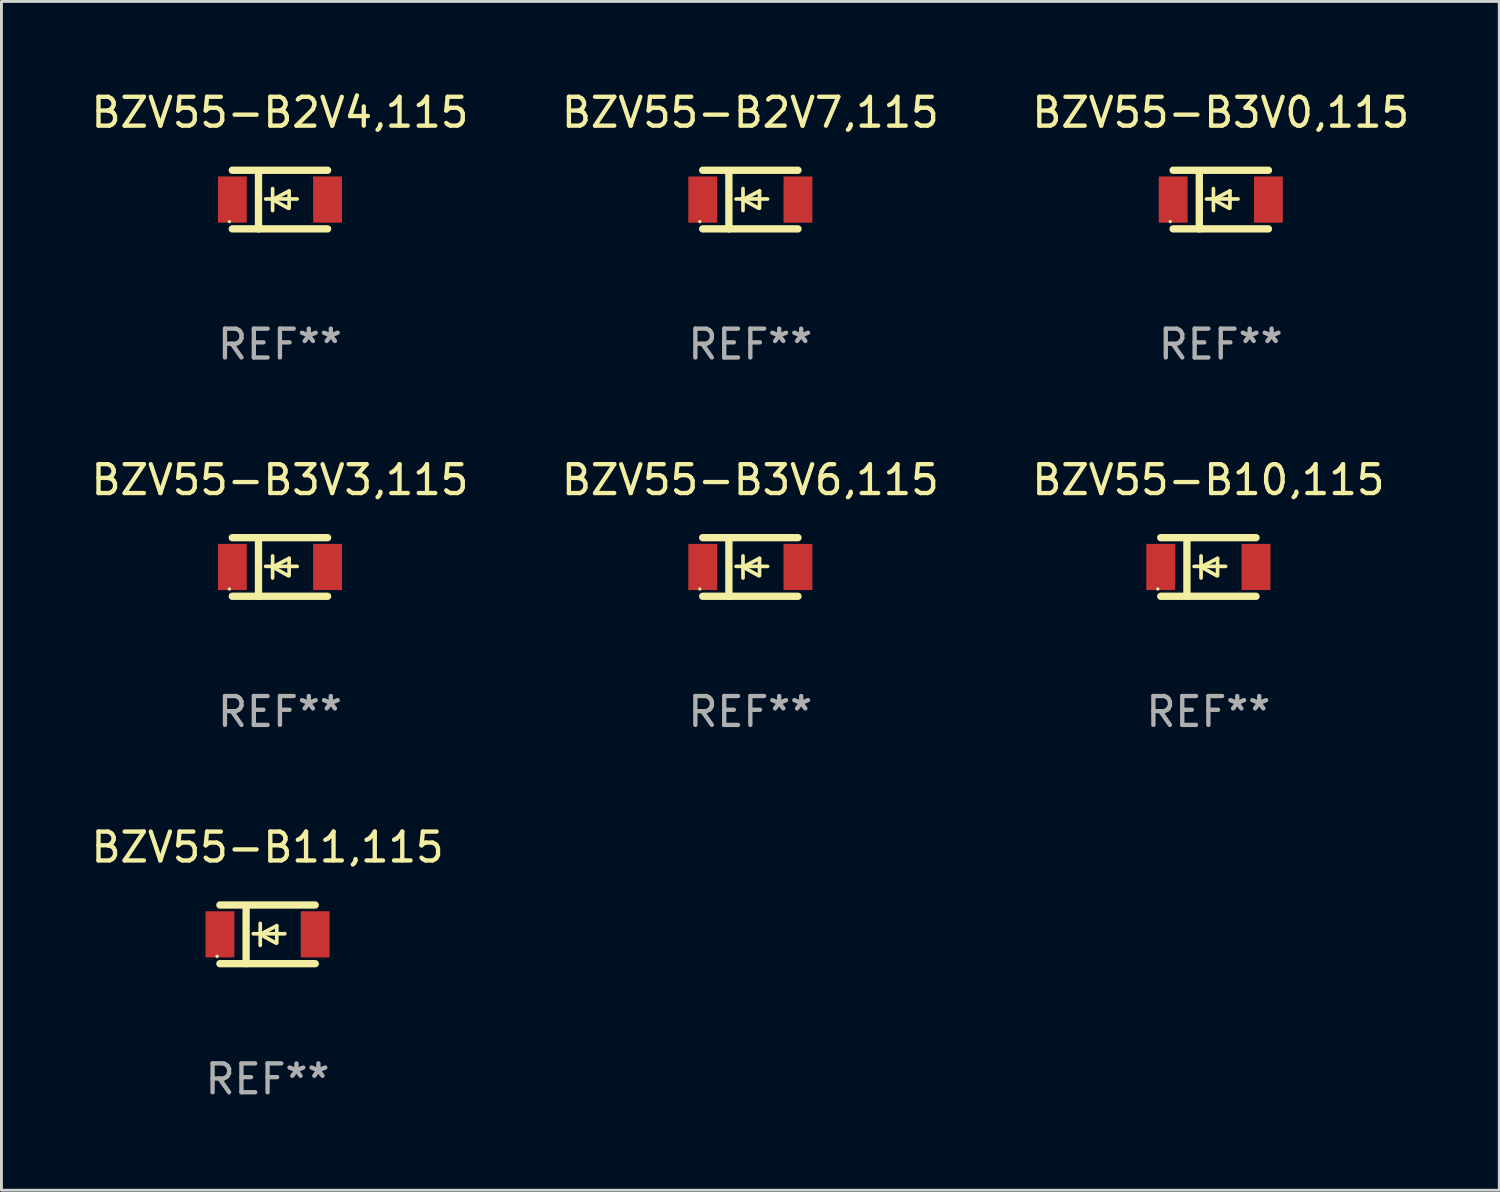
<source format=kicad_pcb>
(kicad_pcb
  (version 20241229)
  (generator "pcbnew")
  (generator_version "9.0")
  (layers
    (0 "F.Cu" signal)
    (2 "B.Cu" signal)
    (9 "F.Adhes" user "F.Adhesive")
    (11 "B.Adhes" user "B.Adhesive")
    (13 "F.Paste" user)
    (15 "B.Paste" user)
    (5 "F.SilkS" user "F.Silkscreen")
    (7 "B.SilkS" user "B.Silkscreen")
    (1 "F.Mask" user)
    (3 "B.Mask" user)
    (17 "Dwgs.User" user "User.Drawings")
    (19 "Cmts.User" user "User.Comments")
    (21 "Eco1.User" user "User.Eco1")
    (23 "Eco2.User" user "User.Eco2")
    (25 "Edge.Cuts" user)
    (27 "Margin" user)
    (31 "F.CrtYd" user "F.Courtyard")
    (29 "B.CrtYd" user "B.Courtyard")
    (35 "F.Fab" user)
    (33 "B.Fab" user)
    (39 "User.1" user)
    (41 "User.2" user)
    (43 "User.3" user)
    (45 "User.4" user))
  (footprint "BZV55-B11,115"
    (layer "F.Cu")
    (at 6.22 29.321)
    (property "Reference" "BZV55-B11,115" (at 0 -3.016 0) (layer "F.SilkS") (effects (font (size 1 1) (thickness 0.15))))
    (attr through_hole)
    (fp_line (start -1.651 -1.016) (end 1.651 -1.016) (stroke (width 0.254) (type solid)) (layer "F.SilkS"))
    (fp_line (start -1.651 1.016) (end 1.651 1.016) (stroke (width 0.254) (type solid)) (layer "F.SilkS"))
    (fp_line (start -0.743 -1) (end -0.743 1.016) (stroke (width 0.254) (type solid)) (layer "F.SilkS"))
    (fp_line (start -0.495 -0.02) (end 0.597 -0.02) (stroke (width 0.127) (type solid)) (layer "F.SilkS"))
    (fp_line (start -0.254 0) (end -0.254 -0.381) (stroke (width 0.127) (type solid)) (layer "F.SilkS"))
    (fp_line (start -0.254 0) (end -0.254 0.381) (stroke (width 0.127) (type solid)) (layer "F.SilkS"))
    (fp_line (start 0.288 0.301) (end -0.254 0) (stroke (width 0.127) (type solid)) (layer "F.SilkS"))
    (fp_line (start 0.318 -0.299) (end -0.254 0) (stroke (width 0.127) (type solid)) (layer "F.SilkS"))
    (fp_line (start 0.318 -0.299) (end 0.318 0.301) (stroke (width 0.127) (type solid)) (layer "F.SilkS"))
    (fp_circle (center -1.75 0.763) (end -1.72 0.763) (stroke (width 0.06) (type solid)) (fill no) (layer "F.SilkS"))
    (fp_text user "REF**" (at 0 5.016 0) (layer "F.Fab") (effects (font (size 1 1) (thickness 0.15))))
    (pad "1" smd rect (at -1.65 0 90) (size 1.6 1) (layers "F.Cu" "F.Mask" "F.Paste"))
    (pad "2" smd rect (at 1.65 0 90) (size 1.6 1) (layers "F.Cu" "F.Mask" "F.Paste")))
  (footprint "BZV55-B3V3,115"
    (layer "F.Cu")
    (at 6.649 16.593)
    (property "Reference" "BZV55-B3V3,115" (at 0 -3.016 0) (layer "F.SilkS") (effects (font (size 1 1) (thickness 0.15))))
    (attr through_hole)
    (fp_line (start -1.651 -1.016) (end 1.651 -1.016) (stroke (width 0.254) (type solid)) (layer "F.SilkS"))
    (fp_line (start -1.651 1.016) (end 1.651 1.016) (stroke (width 0.254) (type solid)) (layer "F.SilkS"))
    (fp_line (start -0.743 -1) (end -0.743 1.016) (stroke (width 0.254) (type solid)) (layer "F.SilkS"))
    (fp_line (start -0.495 -0.02) (end 0.597 -0.02) (stroke (width 0.127) (type solid)) (layer "F.SilkS"))
    (fp_line (start -0.254 0) (end -0.254 -0.381) (stroke (width 0.127) (type solid)) (layer "F.SilkS"))
    (fp_line (start -0.254 0) (end -0.254 0.381) (stroke (width 0.127) (type solid)) (layer "F.SilkS"))
    (fp_line (start 0.288 0.301) (end -0.254 0) (stroke (width 0.127) (type solid)) (layer "F.SilkS"))
    (fp_line (start 0.318 -0.299) (end -0.254 0) (stroke (width 0.127) (type solid)) (layer "F.SilkS"))
    (fp_line (start 0.318 -0.299) (end 0.318 0.301) (stroke (width 0.127) (type solid)) (layer "F.SilkS"))
    (fp_circle (center -1.75 0.763) (end -1.72 0.763) (stroke (width 0.06) (type solid)) (fill no) (layer "F.SilkS"))
    (fp_text user "REF**" (at 0 5.016 0) (layer "F.Fab") (effects (font (size 1 1) (thickness 0.15))))
    (pad "1" smd rect (at -1.65 0 90) (size 1.6 1) (layers "F.Cu" "F.Mask" "F.Paste"))
    (pad "2" smd rect (at 1.65 0 90) (size 1.6 1) (layers "F.Cu" "F.Mask" "F.Paste")))
  (footprint "BZV55-B3V0,115"
    (layer "F.Cu")
    (at 39.244 3.864)
    (property "Reference" "BZV55-B3V0,115" (at 0 -3.016 0) (layer "F.SilkS") (effects (font (size 1 1) (thickness 0.15))))
    (attr through_hole)
    (fp_line (start -1.651 -1.016) (end 1.651 -1.016) (stroke (width 0.254) (type solid)) (layer "F.SilkS"))
    (fp_line (start -1.651 1.016) (end 1.651 1.016) (stroke (width 0.254) (type solid)) (layer "F.SilkS"))
    (fp_line (start -0.743 -1) (end -0.743 1.016) (stroke (width 0.254) (type solid)) (layer "F.SilkS"))
    (fp_line (start -0.495 -0.02) (end 0.597 -0.02) (stroke (width 0.127) (type solid)) (layer "F.SilkS"))
    (fp_line (start -0.254 0) (end -0.254 -0.381) (stroke (width 0.127) (type solid)) (layer "F.SilkS"))
    (fp_line (start -0.254 0) (end -0.254 0.381) (stroke (width 0.127) (type solid)) (layer "F.SilkS"))
    (fp_line (start 0.288 0.301) (end -0.254 0) (stroke (width 0.127) (type solid)) (layer "F.SilkS"))
    (fp_line (start 0.318 -0.299) (end -0.254 0) (stroke (width 0.127) (type solid)) (layer "F.SilkS"))
    (fp_line (start 0.318 -0.299) (end 0.318 0.301) (stroke (width 0.127) (type solid)) (layer "F.SilkS"))
    (fp_circle (center -1.75 0.763) (end -1.72 0.763) (stroke (width 0.06) (type solid)) (fill no) (layer "F.SilkS"))
    (fp_text user "REF**" (at 0 5.016 0) (layer "F.Fab") (effects (font (size 1 1) (thickness 0.15))))
    (pad "1" smd rect (at -1.65 0 90) (size 1.6 1) (layers "F.Cu" "F.Mask" "F.Paste"))
    (pad "2" smd rect (at 1.65 0 90) (size 1.6 1) (layers "F.Cu" "F.Mask" "F.Paste")))
  (footprint "BZV55-B10,115"
    (layer "F.Cu")
    (at 38.815 16.593)
    (property "Reference" "BZV55-B10,115" (at 0 -3.016 0) (layer "F.SilkS") (effects (font (size 1 1) (thickness 0.15))))
    (attr through_hole)
    (fp_line (start -1.651 -1.016) (end 1.651 -1.016) (stroke (width 0.254) (type solid)) (layer "F.SilkS"))
    (fp_line (start -1.651 1.016) (end 1.651 1.016) (stroke (width 0.254) (type solid)) (layer "F.SilkS"))
    (fp_line (start -0.743 -1) (end -0.743 1.016) (stroke (width 0.254) (type solid)) (layer "F.SilkS"))
    (fp_line (start -0.495 -0.02) (end 0.597 -0.02) (stroke (width 0.127) (type solid)) (layer "F.SilkS"))
    (fp_line (start -0.254 0) (end -0.254 -0.381) (stroke (width 0.127) (type solid)) (layer "F.SilkS"))
    (fp_line (start -0.254 0) (end -0.254 0.381) (stroke (width 0.127) (type solid)) (layer "F.SilkS"))
    (fp_line (start 0.288 0.301) (end -0.254 0) (stroke (width 0.127) (type solid)) (layer "F.SilkS"))
    (fp_line (start 0.318 -0.299) (end -0.254 0) (stroke (width 0.127) (type solid)) (layer "F.SilkS"))
    (fp_line (start 0.318 -0.299) (end 0.318 0.301) (stroke (width 0.127) (type solid)) (layer "F.SilkS"))
    (fp_circle (center -1.75 0.763) (end -1.72 0.763) (stroke (width 0.06) (type solid)) (fill no) (layer "F.SilkS"))
    (fp_text user "REF**" (at 0 5.016 0) (layer "F.Fab") (effects (font (size 1 1) (thickness 0.15))))
    (pad "1" smd rect (at -1.65 0 90) (size 1.6 1) (layers "F.Cu" "F.Mask" "F.Paste"))
    (pad "2" smd rect (at 1.65 0 90) (size 1.6 1) (layers "F.Cu" "F.Mask" "F.Paste")))
  (footprint "BZV55-B2V7,115"
    (layer "F.Cu")
    (at 22.946 3.864)
    (property "Reference" "BZV55-B2V7,115" (at 0 -3.016 0) (layer "F.SilkS") (effects (font (size 1 1) (thickness 0.15))))
    (attr through_hole)
    (fp_line (start -1.651 -1.016) (end 1.651 -1.016) (stroke (width 0.254) (type solid)) (layer "F.SilkS"))
    (fp_line (start -1.651 1.016) (end 1.651 1.016) (stroke (width 0.254) (type solid)) (layer "F.SilkS"))
    (fp_line (start -0.743 -1) (end -0.743 1.016) (stroke (width 0.254) (type solid)) (layer "F.SilkS"))
    (fp_line (start -0.495 -0.02) (end 0.597 -0.02) (stroke (width 0.127) (type solid)) (layer "F.SilkS"))
    (fp_line (start -0.254 0) (end -0.254 -0.381) (stroke (width 0.127) (type solid)) (layer "F.SilkS"))
    (fp_line (start -0.254 0) (end -0.254 0.381) (stroke (width 0.127) (type solid)) (layer "F.SilkS"))
    (fp_line (start 0.288 0.301) (end -0.254 0) (stroke (width 0.127) (type solid)) (layer "F.SilkS"))
    (fp_line (start 0.318 -0.299) (end -0.254 0) (stroke (width 0.127) (type solid)) (layer "F.SilkS"))
    (fp_line (start 0.318 -0.299) (end 0.318 0.301) (stroke (width 0.127) (type solid)) (layer "F.SilkS"))
    (fp_circle (center -1.75 0.763) (end -1.72 0.763) (stroke (width 0.06) (type solid)) (fill no) (layer "F.SilkS"))
    (fp_text user "REF**" (at 0 5.016 0) (layer "F.Fab") (effects (font (size 1 1) (thickness 0.15))))
    (pad "1" smd rect (at -1.65 0 90) (size 1.6 1) (layers "F.Cu" "F.Mask" "F.Paste"))
    (pad "2" smd rect (at 1.65 0 90) (size 1.6 1) (layers "F.Cu" "F.Mask" "F.Paste")))
  (footprint "BZV55-B2V4,115"
    (layer "F.Cu")
    (at 6.649 3.864)
    (property "Reference" "BZV55-B2V4,115" (at 0 -3.016 0) (layer "F.SilkS") (effects (font (size 1 1) (thickness 0.15))))
    (attr through_hole)
    (fp_line (start -1.651 -1.016) (end 1.651 -1.016) (stroke (width 0.254) (type solid)) (layer "F.SilkS"))
    (fp_line (start -1.651 1.016) (end 1.651 1.016) (stroke (width 0.254) (type solid)) (layer "F.SilkS"))
    (fp_line (start -0.743 -1) (end -0.743 1.016) (stroke (width 0.254) (type solid)) (layer "F.SilkS"))
    (fp_line (start -0.495 -0.02) (end 0.597 -0.02) (stroke (width 0.127) (type solid)) (layer "F.SilkS"))
    (fp_line (start -0.254 0) (end -0.254 -0.381) (stroke (width 0.127) (type solid)) (layer "F.SilkS"))
    (fp_line (start -0.254 0) (end -0.254 0.381) (stroke (width 0.127) (type solid)) (layer "F.SilkS"))
    (fp_line (start 0.288 0.301) (end -0.254 0) (stroke (width 0.127) (type solid)) (layer "F.SilkS"))
    (fp_line (start 0.318 -0.299) (end -0.254 0) (stroke (width 0.127) (type solid)) (layer "F.SilkS"))
    (fp_line (start 0.318 -0.299) (end 0.318 0.301) (stroke (width 0.127) (type solid)) (layer "F.SilkS"))
    (fp_circle (center -1.75 0.763) (end -1.72 0.763) (stroke (width 0.06) (type solid)) (fill no) (layer "F.SilkS"))
    (fp_text user "REF**" (at 0 5.016 0) (layer "F.Fab") (effects (font (size 1 1) (thickness 0.15))))
    (pad "1" smd rect (at -1.65 0 90) (size 1.6 1) (layers "F.Cu" "F.Mask" "F.Paste"))
    (pad "2" smd rect (at 1.65 0 90) (size 1.6 1) (layers "F.Cu" "F.Mask" "F.Paste")))
  (footprint "BZV55-B3V6,115"
    (layer "F.Cu")
    (at 22.946 16.593)
    (property "Reference" "BZV55-B3V6,115" (at 0 -3.016 0) (layer "F.SilkS") (effects (font (size 1 1) (thickness 0.15))))
    (attr through_hole)
    (fp_line (start -1.651 -1.016) (end 1.651 -1.016) (stroke (width 0.254) (type solid)) (layer "F.SilkS"))
    (fp_line (start -1.651 1.016) (end 1.651 1.016) (stroke (width 0.254) (type solid)) (layer "F.SilkS"))
    (fp_line (start -0.743 -1) (end -0.743 1.016) (stroke (width 0.254) (type solid)) (layer "F.SilkS"))
    (fp_line (start -0.495 -0.02) (end 0.597 -0.02) (stroke (width 0.127) (type solid)) (layer "F.SilkS"))
    (fp_line (start -0.254 0) (end -0.254 -0.381) (stroke (width 0.127) (type solid)) (layer "F.SilkS"))
    (fp_line (start -0.254 0) (end -0.254 0.381) (stroke (width 0.127) (type solid)) (layer "F.SilkS"))
    (fp_line (start 0.288 0.301) (end -0.254 0) (stroke (width 0.127) (type solid)) (layer "F.SilkS"))
    (fp_line (start 0.318 -0.299) (end -0.254 0) (stroke (width 0.127) (type solid)) (layer "F.SilkS"))
    (fp_line (start 0.318 -0.299) (end 0.318 0.301) (stroke (width 0.127) (type solid)) (layer "F.SilkS"))
    (fp_circle (center -1.75 0.763) (end -1.72 0.763) (stroke (width 0.06) (type solid)) (fill no) (layer "F.SilkS"))
    (fp_text user "REF**" (at 0 5.016 0) (layer "F.Fab") (effects (font (size 1 1) (thickness 0.15))))
    (pad "1" smd rect (at -1.65 0.000025 90) (size 1.6 1) (layers "F.Cu" "F.Mask" "F.Paste"))
    (pad "2" smd rect (at 1.65 0.000025 90) (size 1.6 1) (layers "F.Cu" "F.Mask" "F.Paste")))
  (gr_rect
    (start -3 -3)
    (end 48.893 38.186)
    (stroke (width 0.1) (type default))
    (fill no)
    (layer "Edge.Cuts")))
</source>
